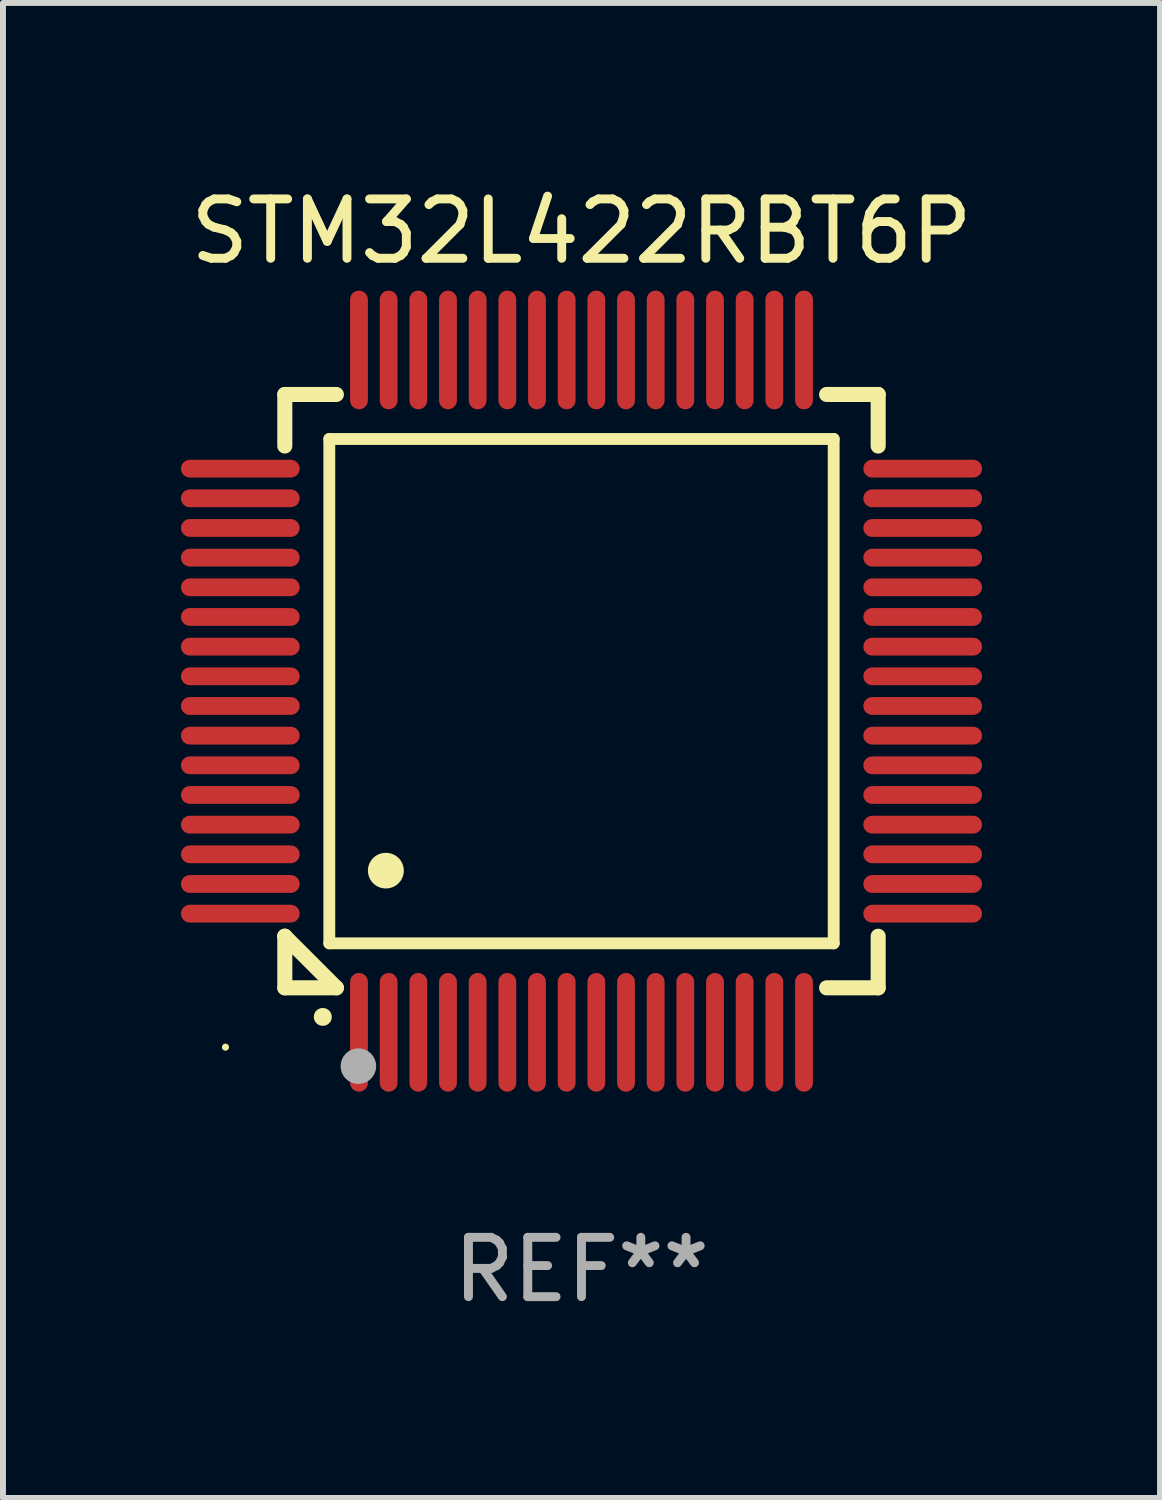
<source format=kicad_pcb>
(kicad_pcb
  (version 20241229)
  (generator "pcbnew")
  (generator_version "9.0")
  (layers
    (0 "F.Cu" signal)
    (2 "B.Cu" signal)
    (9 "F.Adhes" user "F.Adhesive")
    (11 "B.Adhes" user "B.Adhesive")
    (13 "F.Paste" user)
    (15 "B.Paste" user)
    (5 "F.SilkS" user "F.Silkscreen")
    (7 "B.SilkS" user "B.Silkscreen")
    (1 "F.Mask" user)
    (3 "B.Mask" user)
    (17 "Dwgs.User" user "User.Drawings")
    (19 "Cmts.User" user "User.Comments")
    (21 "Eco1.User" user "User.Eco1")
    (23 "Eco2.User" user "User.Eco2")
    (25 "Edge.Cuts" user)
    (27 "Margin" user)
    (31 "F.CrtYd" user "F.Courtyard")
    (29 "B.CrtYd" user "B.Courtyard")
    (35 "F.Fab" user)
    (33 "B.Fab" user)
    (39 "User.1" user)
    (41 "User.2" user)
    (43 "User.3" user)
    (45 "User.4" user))
  (footprint "STM32L422RBT6P"
    (layer "F.Cu")
    (at 6.75 8.598)
    (property "Reference" "STM32L422RBT6P" (at 0 -7.75 0) (layer "F.SilkS") (effects (font (size 1 1) (thickness 0.15))))
    (attr through_hole)
    (fp_line (start -5 -5) (end -4.131 -5) (stroke (width 0.254) (type solid)) (layer "F.SilkS"))
    (fp_line (start -5 -4.131) (end -5 -5) (stroke (width 0.254) (type solid)) (layer "F.SilkS"))
    (fp_line (start -5 4.131) (end -5 4.131) (stroke (width 0.254) (type solid)) (layer "F.SilkS"))
    (fp_line (start -5 5) (end -5 4.131) (stroke (width 0.254) (type solid)) (layer "F.SilkS"))
    (fp_line (start -5 4.131) (end -4.131 5) (stroke (width 0.254) (type solid)) (layer "F.SilkS"))
    (fp_line (start -4.25 -4.25) (end -4.25 4.25) (stroke (width 0.2) (type solid)) (layer "F.SilkS"))
    (fp_line (start -4.25 4.25) (end 4.25 4.25) (stroke (width 0.2) (type solid)) (layer "F.SilkS"))
    (fp_line (start -4.131 5) (end -5 5) (stroke (width 0.254) (type solid)) (layer "F.SilkS"))
    (fp_line (start 4.25 -4.25) (end -4.25 -4.25) (stroke (width 0.2) (type solid)) (layer "F.SilkS"))
    (fp_line (start 4.25 4.25) (end 4.25 -4.25) (stroke (width 0.2) (type solid)) (layer "F.SilkS"))
    (fp_line (start 5 -5) (end 4.131 -5) (stroke (width 0.254) (type solid)) (layer "F.SilkS"))
    (fp_line (start 5 -5) (end 5 -4.131) (stroke (width 0.254) (type solid)) (layer "F.SilkS"))
    (fp_line (start 5 4.131) (end 5 5) (stroke (width 0.254) (type solid)) (layer "F.SilkS"))
    (fp_line (start 5 5) (end 4.131 5) (stroke (width 0.254) (type solid)) (layer "F.SilkS"))
    (fp_arc (start -4.361265 5.489992) (mid -4.359995 5.489987) (end -4.358725 5.489992) (stroke (width 0.3) (type solid)) (layer "F.SilkS"))
    (fp_arc (start -3.299467 3.025146) (mid -3.296927 3.025135) (end -3.294387 3.025146) (stroke (width 0.6) (type solid)) (layer "F.SilkS"))
    (fp_circle (center -6 6) (end -5.97 6) (stroke (width 0.06) (type solid)) (fill no) (layer "F.SilkS"))
    (fp_circle (center -3.76 6.32) (end -3.61 6.32) (stroke (width 0.3) (type solid)) (fill no) (layer "F.Fab"))
    (fp_text user "REF**" (at 0 9.75 0) (layer "F.Fab") (effects (font (size 1 1) (thickness 0.15))))
    (pad "1" smd oval (at -3.75 5.75) (size 0.3 2) (layers "F.Cu" "F.Mask" "F.Paste"))
    (pad "2" smd oval (at -3.25 5.75) (size 0.3 2) (layers "F.Cu" "F.Mask" "F.Paste"))
    (pad "3" smd oval (at -2.75 5.75) (size 0.3 2) (layers "F.Cu" "F.Mask" "F.Paste"))
    (pad "4" smd oval (at -2.25 5.75) (size 0.3 2) (layers "F.Cu" "F.Mask" "F.Paste"))
    (pad "5" smd oval (at -1.75 5.75) (size 0.3 2) (layers "F.Cu" "F.Mask" "F.Paste"))
    (pad "6" smd oval (at -1.25 5.75) (size 0.3 2) (layers "F.Cu" "F.Mask" "F.Paste"))
    (pad "7" smd oval (at -0.75 5.75) (size 0.3 2) (layers "F.Cu" "F.Mask" "F.Paste"))
    (pad "8" smd oval (at -0.25 5.75) (size 0.3 2) (layers "F.Cu" "F.Mask" "F.Paste"))
    (pad "9" smd oval (at 0.25 5.75) (size 0.3 2) (layers "F.Cu" "F.Mask" "F.Paste"))
    (pad "10" smd oval (at 0.75 5.75) (size 0.3 2) (layers "F.Cu" "F.Mask" "F.Paste"))
    (pad "11" smd oval (at 1.25 5.75) (size 0.3 2) (layers "F.Cu" "F.Mask" "F.Paste"))
    (pad "12" smd oval (at 1.75 5.75) (size 0.3 2) (layers "F.Cu" "F.Mask" "F.Paste"))
    (pad "13" smd oval (at 2.25 5.75) (size 0.3 2) (layers "F.Cu" "F.Mask" "F.Paste"))
    (pad "14" smd oval (at 2.75 5.75) (size 0.3 2) (layers "F.Cu" "F.Mask" "F.Paste"))
    (pad "15" smd oval (at 3.25 5.75) (size 0.3 2) (layers "F.Cu" "F.Mask" "F.Paste"))
    (pad "16" smd oval (at 3.75 5.75) (size 0.3 2) (layers "F.Cu" "F.Mask" "F.Paste"))
    (pad "17" smd oval (at 5.75 3.75) (size 2 0.3) (layers "F.Cu" "F.Mask" "F.Paste"))
    (pad "18" smd oval (at 5.75 3.25) (size 2 0.3) (layers "F.Cu" "F.Mask" "F.Paste"))
    (pad "19" smd oval (at 5.75 2.75) (size 2 0.3) (layers "F.Cu" "F.Mask" "F.Paste"))
    (pad "20" smd oval (at 5.75 2.25) (size 2 0.3) (layers "F.Cu" "F.Mask" "F.Paste"))
    (pad "21" smd oval (at 5.75 1.75) (size 2 0.3) (layers "F.Cu" "F.Mask" "F.Paste"))
    (pad "22" smd oval (at 5.75 1.25) (size 2 0.3) (layers "F.Cu" "F.Mask" "F.Paste"))
    (pad "23" smd oval (at 5.75 0.75) (size 2 0.3) (layers "F.Cu" "F.Mask" "F.Paste"))
    (pad "24" smd oval (at 5.75 0.25) (size 2 0.3) (layers "F.Cu" "F.Mask" "F.Paste"))
    (pad "25" smd oval (at 5.75 -0.25) (size 2 0.3) (layers "F.Cu" "F.Mask" "F.Paste"))
    (pad "26" smd oval (at 5.75 -0.75) (size 2 0.3) (layers "F.Cu" "F.Mask" "F.Paste"))
    (pad "27" smd oval (at 5.75 -1.25) (size 2 0.3) (layers "F.Cu" "F.Mask" "F.Paste"))
    (pad "28" smd oval (at 5.75 -1.75) (size 2 0.3) (layers "F.Cu" "F.Mask" "F.Paste"))
    (pad "29" smd oval (at 5.75 -2.25) (size 2 0.3) (layers "F.Cu" "F.Mask" "F.Paste"))
    (pad "30" smd oval (at 5.75 -2.75) (size 2 0.3) (layers "F.Cu" "F.Mask" "F.Paste"))
    (pad "31" smd oval (at 5.75 -3.25) (size 2 0.3) (layers "F.Cu" "F.Mask" "F.Paste"))
    (pad "32" smd oval (at 5.75 -3.75) (size 2 0.3) (layers "F.Cu" "F.Mask" "F.Paste"))
    (pad "33" smd oval (at 3.75 -5.75) (size 0.3 2) (layers "F.Cu" "F.Mask" "F.Paste"))
    (pad "34" smd oval (at 3.25 -5.75) (size 0.3 2) (layers "F.Cu" "F.Mask" "F.Paste"))
    (pad "35" smd oval (at 2.75 -5.75) (size 0.3 2) (layers "F.Cu" "F.Mask" "F.Paste"))
    (pad "36" smd oval (at 2.25 -5.75) (size 0.3 2) (layers "F.Cu" "F.Mask" "F.Paste"))
    (pad "37" smd oval (at 1.75 -5.75) (size 0.3 2) (layers "F.Cu" "F.Mask" "F.Paste"))
    (pad "38" smd oval (at 1.25 -5.75) (size 0.3 2) (layers "F.Cu" "F.Mask" "F.Paste"))
    (pad "39" smd oval (at 0.75 -5.75) (size 0.3 2) (layers "F.Cu" "F.Mask" "F.Paste"))
    (pad "40" smd oval (at 0.25 -5.75) (size 0.3 2) (layers "F.Cu" "F.Mask" "F.Paste"))
    (pad "41" smd oval (at -0.25 -5.75) (size 0.3 2) (layers "F.Cu" "F.Mask" "F.Paste"))
    (pad "42" smd oval (at -0.75 -5.75) (size 0.3 2) (layers "F.Cu" "F.Mask" "F.Paste"))
    (pad "43" smd oval (at -1.25 -5.75) (size 0.3 2) (layers "F.Cu" "F.Mask" "F.Paste"))
    (pad "44" smd oval (at -1.75 -5.75) (size 0.3 2) (layers "F.Cu" "F.Mask" "F.Paste"))
    (pad "45" smd oval (at -2.25 -5.75) (size 0.3 2) (layers "F.Cu" "F.Mask" "F.Paste"))
    (pad "46" smd oval (at -2.75 -5.75) (size 0.3 2) (layers "F.Cu" "F.Mask" "F.Paste"))
    (pad "47" smd oval (at -3.25 -5.75) (size 0.3 2) (layers "F.Cu" "F.Mask" "F.Paste"))
    (pad "48" smd oval (at -3.75 -5.75) (size 0.3 2) (layers "F.Cu" "F.Mask" "F.Paste"))
    (pad "49" smd oval (at -5.75 -3.75) (size 2 0.3) (layers "F.Cu" "F.Mask" "F.Paste"))
    (pad "50" smd oval (at -5.75 -3.25) (size 2 0.3) (layers "F.Cu" "F.Mask" "F.Paste"))
    (pad "51" smd oval (at -5.75 -2.75) (size 2 0.3) (layers "F.Cu" "F.Mask" "F.Paste"))
    (pad "52" smd oval (at -5.75 -2.25) (size 2 0.3) (layers "F.Cu" "F.Mask" "F.Paste"))
    (pad "53" smd oval (at -5.75 -1.75) (size 2 0.3) (layers "F.Cu" "F.Mask" "F.Paste"))
    (pad "54" smd oval (at -5.75 -1.25) (size 2 0.3) (layers "F.Cu" "F.Mask" "F.Paste"))
    (pad "55" smd oval (at -5.75 -0.75) (size 2 0.3) (layers "F.Cu" "F.Mask" "F.Paste"))
    (pad "56" smd oval (at -5.75 -0.25) (size 2 0.3) (layers "F.Cu" "F.Mask" "F.Paste"))
    (pad "57" smd oval (at -5.75 0.25) (size 2 0.3) (layers "F.Cu" "F.Mask" "F.Paste"))
    (pad "58" smd oval (at -5.75 0.75) (size 2 0.3) (layers "F.Cu" "F.Mask" "F.Paste"))
    (pad "59" smd oval (at -5.75 1.25) (size 2 0.3) (layers "F.Cu" "F.Mask" "F.Paste"))
    (pad "60" smd oval (at -5.75 1.75) (size 2 0.3) (layers "F.Cu" "F.Mask" "F.Paste"))
    (pad "61" smd oval (at -5.75 2.25) (size 2 0.3) (layers "F.Cu" "F.Mask" "F.Paste"))
    (pad "62" smd oval (at -5.75 2.75) (size 2 0.3) (layers "F.Cu" "F.Mask" "F.Paste"))
    (pad "63" smd oval (at -5.75 3.25) (size 2 0.3) (layers "F.Cu" "F.Mask" "F.Paste"))
    (pad "64" smd oval (at -5.75 3.75) (size 2 0.3) (layers "F.Cu" "F.Mask" "F.Paste")))
  (gr_rect
    (start -3 -3)
    (end 16.5 22.196)
    (stroke (width 0.1) (type default))
    (fill no)
    (layer "Edge.Cuts")))
</source>
